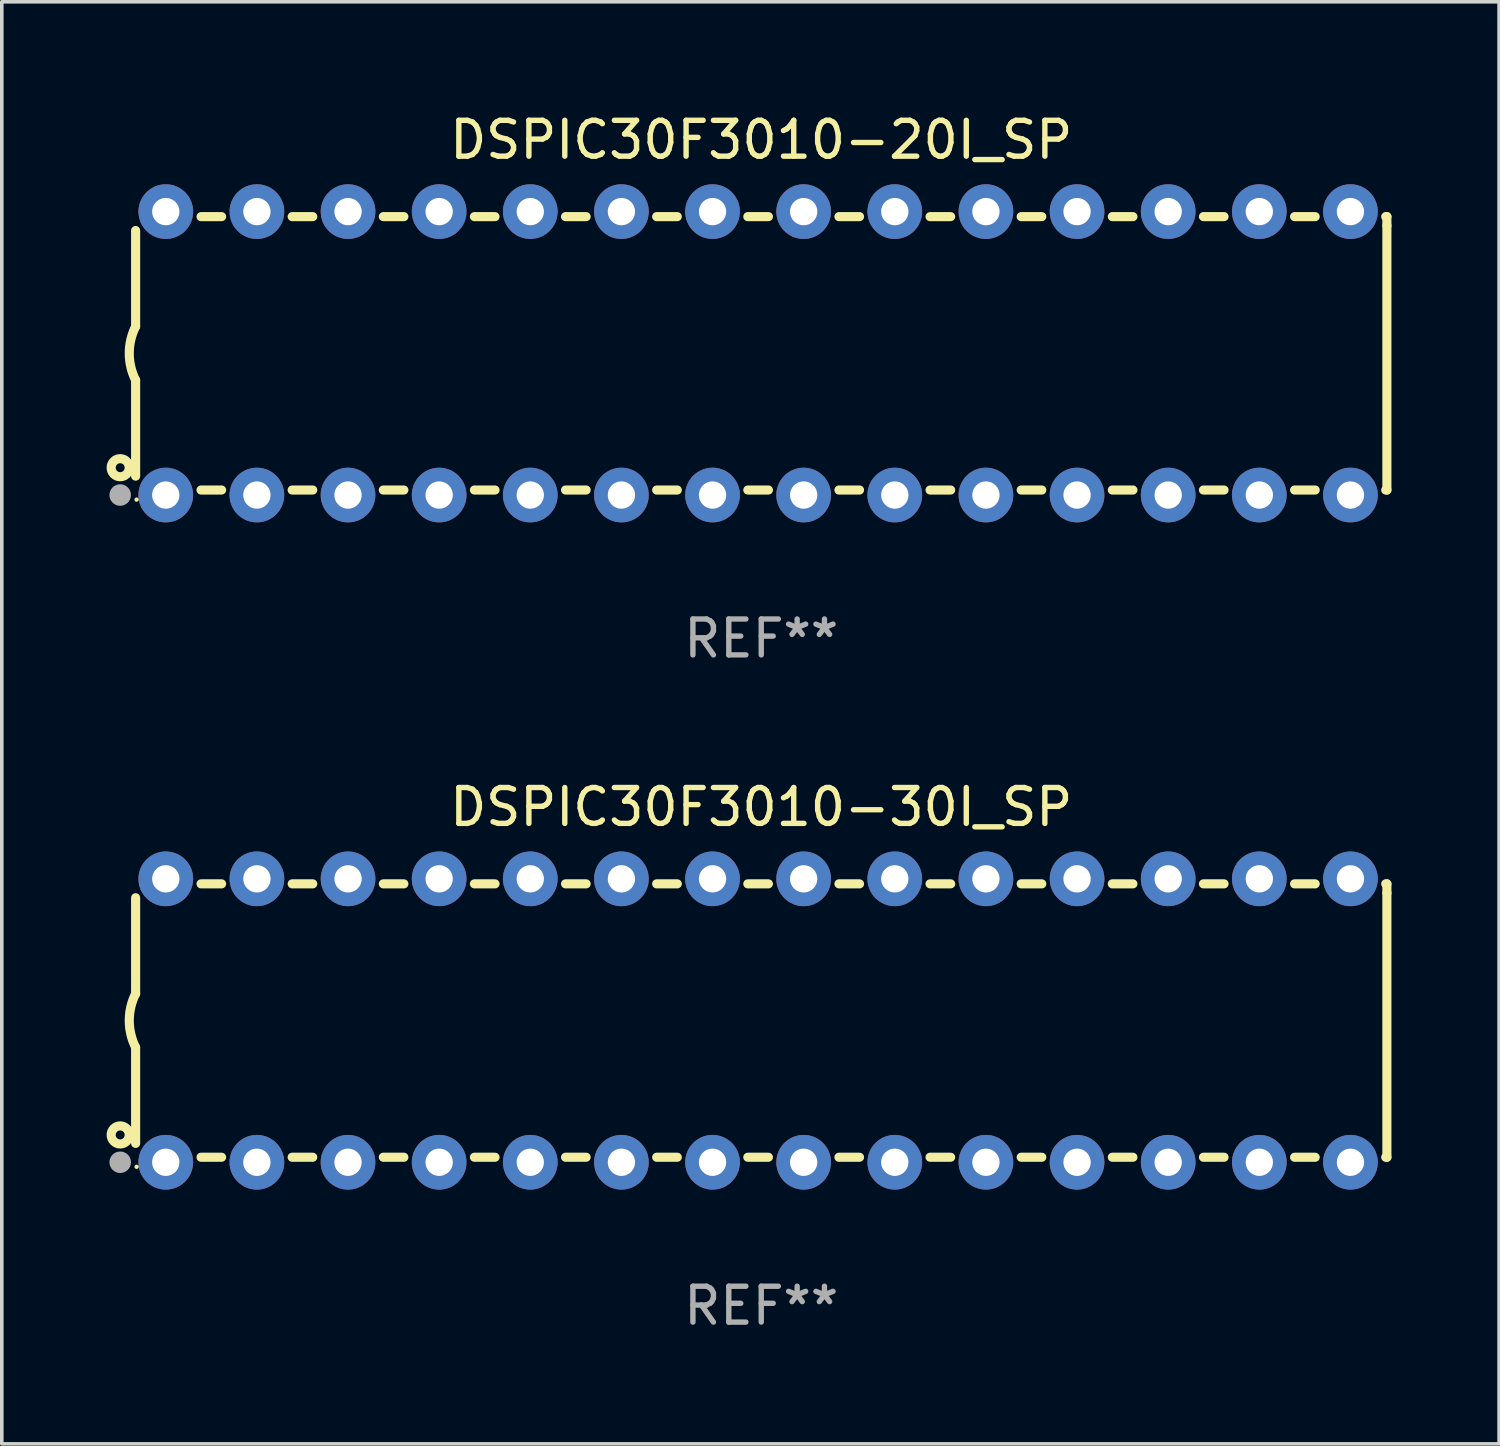
<source format=kicad_pcb>
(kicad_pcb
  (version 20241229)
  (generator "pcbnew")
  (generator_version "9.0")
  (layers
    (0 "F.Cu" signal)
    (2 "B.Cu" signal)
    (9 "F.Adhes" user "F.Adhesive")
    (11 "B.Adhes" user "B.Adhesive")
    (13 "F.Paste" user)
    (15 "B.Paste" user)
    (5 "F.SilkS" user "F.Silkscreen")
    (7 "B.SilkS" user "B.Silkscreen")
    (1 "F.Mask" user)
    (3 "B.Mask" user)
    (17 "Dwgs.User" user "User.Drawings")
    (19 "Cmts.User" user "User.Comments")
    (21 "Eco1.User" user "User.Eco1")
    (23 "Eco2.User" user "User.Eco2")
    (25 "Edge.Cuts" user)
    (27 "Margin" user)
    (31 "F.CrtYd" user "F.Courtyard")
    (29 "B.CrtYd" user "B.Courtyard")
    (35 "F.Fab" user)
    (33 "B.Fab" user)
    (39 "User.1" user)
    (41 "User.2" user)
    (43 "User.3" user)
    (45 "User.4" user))
  (footprint "DSPIC30F3010-20I_SP"
    (layer "F.Cu")
    (at 18.168 6.798)
    (property "Reference" "DSPIC30F3010-20I_SP" (at 0 -5.95 0) (layer "F.SilkS") (effects (font (size 1 1) (thickness 0.15))))
    (attr through_hole)
    (fp_line (start -17.438 0.75) (end -17.438 3.423) (stroke (width 0.254) (type solid)) (layer "F.SilkS"))
    (fp_line (start -17.438 -3.423) (end -17.438 -0.75) (stroke (width 0.254) (type solid)) (layer "F.SilkS"))
    (fp_line (start -15.615 3.81) (end -15.041 3.81) (stroke (width 0.254) (type solid)) (layer "F.SilkS"))
    (fp_line (start -15.041 -3.81) (end -15.614 -3.81) (stroke (width 0.254) (type solid)) (layer "F.SilkS"))
    (fp_line (start -13.075 3.81) (end -12.501 3.81) (stroke (width 0.254) (type solid)) (layer "F.SilkS"))
    (fp_line (start -12.501 -3.81) (end -13.074 -3.81) (stroke (width 0.254) (type solid)) (layer "F.SilkS"))
    (fp_line (start -10.535 3.81) (end -9.961 3.81) (stroke (width 0.254) (type solid)) (layer "F.SilkS"))
    (fp_line (start -9.961 -3.81) (end -10.534 -3.81) (stroke (width 0.254) (type solid)) (layer "F.SilkS"))
    (fp_line (start -7.995 3.81) (end -7.421 3.81) (stroke (width 0.254) (type solid)) (layer "F.SilkS"))
    (fp_line (start -7.421 -3.81) (end -7.995 -3.81) (stroke (width 0.254) (type solid)) (layer "F.SilkS"))
    (fp_line (start -5.455 3.81) (end -4.881 3.81) (stroke (width 0.254) (type solid)) (layer "F.SilkS"))
    (fp_line (start -4.881 -3.81) (end -5.455 -3.81) (stroke (width 0.254) (type solid)) (layer "F.SilkS"))
    (fp_line (start -2.915 3.81) (end -2.341 3.81) (stroke (width 0.254) (type solid)) (layer "F.SilkS"))
    (fp_line (start -2.341 -3.81) (end -2.915 -3.81) (stroke (width 0.254) (type solid)) (layer "F.SilkS"))
    (fp_line (start -0.375 3.81) (end 0.199 3.81) (stroke (width 0.254) (type solid)) (layer "F.SilkS"))
    (fp_line (start 0.199 -3.81) (end -0.375 -3.81) (stroke (width 0.254) (type solid)) (layer "F.SilkS"))
    (fp_line (start 2.165 3.81) (end 2.739 3.81) (stroke (width 0.254) (type solid)) (layer "F.SilkS"))
    (fp_line (start 2.739 -3.81) (end 2.165 -3.81) (stroke (width 0.254) (type solid)) (layer "F.SilkS"))
    (fp_line (start 4.705 3.81) (end 5.279 3.81) (stroke (width 0.254) (type solid)) (layer "F.SilkS"))
    (fp_line (start 5.279 -3.81) (end 4.705 -3.81) (stroke (width 0.254) (type solid)) (layer "F.SilkS"))
    (fp_line (start 7.245 3.81) (end 7.819 3.81) (stroke (width 0.254) (type solid)) (layer "F.SilkS"))
    (fp_line (start 7.819 -3.81) (end 7.245 -3.81) (stroke (width 0.254) (type solid)) (layer "F.SilkS"))
    (fp_line (start 9.785 3.81) (end 10.359 3.81) (stroke (width 0.254) (type solid)) (layer "F.SilkS"))
    (fp_line (start 10.359 -3.81) (end 9.785 -3.81) (stroke (width 0.254) (type solid)) (layer "F.SilkS"))
    (fp_line (start 12.325 3.81) (end 12.899 3.81) (stroke (width 0.254) (type solid)) (layer "F.SilkS"))
    (fp_line (start 12.899 -3.81) (end 12.325 -3.81) (stroke (width 0.254) (type solid)) (layer "F.SilkS"))
    (fp_line (start 14.865 3.81) (end 15.439 3.81) (stroke (width 0.254) (type solid)) (layer "F.SilkS"))
    (fp_line (start 15.439 -3.81) (end 14.865 -3.81) (stroke (width 0.254) (type solid)) (layer "F.SilkS"))
    (fp_line (start 17.405 3.81) (end 17.438 3.81) (stroke (width 0.254) (type solid)) (layer "F.SilkS"))
    (fp_line (start 17.438 -3.81) (end 17.405 -3.81) (stroke (width 0.254) (type solid)) (layer "F.SilkS"))
    (fp_line (start 17.438 -3.556) (end 17.438 -3.81) (stroke (width 0.254) (type solid)) (layer "F.SilkS"))
    (fp_line (start 17.438 3.81) (end 17.438 -3.556) (stroke (width 0.254) (type solid)) (layer "F.SilkS"))
    (fp_arc (start -17.437986 0.749657) (mid -17.614887 -0.000024) (end -17.437783 -0.749657) (stroke (width 0.254001) (type solid)) (layer "F.SilkS"))
    (fp_circle (center -17.868 3.188) (end -17.743 3.188) (stroke (width 0.254) (type solid)) (fill no) (layer "F.SilkS"))
    (fp_circle (center -17.411 4.077) (end -17.381 4.077) (stroke (width 0.06) (type solid)) (fill no) (layer "F.SilkS"))
    (fp_circle (center -17.868 3.95) (end -17.718 3.95) (stroke (width 0.3) (type solid)) (fill no) (layer "F.Fab"))
    (fp_text user "REF**" (at 0 7.95 0) (layer "F.Fab") (effects (font (size 1 1) (thickness 0.15))))
    (pad "1" thru_hole circle (at -16.598 3.95) (size 1.524 1.524) (drill 0.762) (layers "*.Cu" "*.Mask"))
    (pad "2" thru_hole circle (at -14.058 3.95) (size 1.524 1.524) (drill 0.762) (layers "*.Cu" "*.Mask"))
    (pad "3" thru_hole circle (at -11.518 3.95) (size 1.524 1.524) (drill 0.762) (layers "*.Cu" "*.Mask"))
    (pad "4" thru_hole circle (at -8.978 3.95) (size 1.524 1.524) (drill 0.762) (layers "*.Cu" "*.Mask"))
    (pad "5" thru_hole circle (at -6.438 3.95) (size 1.524 1.524) (drill 0.762) (layers "*.Cu" "*.Mask"))
    (pad "6" thru_hole circle (at -3.898 3.95) (size 1.524 1.524) (drill 0.762) (layers "*.Cu" "*.Mask"))
    (pad "7" thru_hole circle (at -1.358 3.95) (size 1.524 1.524) (drill 0.762) (layers "*.Cu" "*.Mask"))
    (pad "8" thru_hole circle (at 1.182 3.95) (size 1.524 1.524) (drill 0.762) (layers "*.Cu" "*.Mask"))
    (pad "9" thru_hole circle (at 3.722 3.95) (size 1.524 1.524) (drill 0.762) (layers "*.Cu" "*.Mask"))
    (pad "10" thru_hole circle (at 6.262 3.95) (size 1.524 1.524) (drill 0.762) (layers "*.Cu" "*.Mask"))
    (pad "11" thru_hole circle (at 8.802 3.95) (size 1.524 1.524) (drill 0.762) (layers "*.Cu" "*.Mask"))
    (pad "12" thru_hole circle (at 11.342 3.95) (size 1.524 1.524) (drill 0.762) (layers "*.Cu" "*.Mask"))
    (pad "13" thru_hole circle (at 13.882 3.95) (size 1.524 1.524) (drill 0.762) (layers "*.Cu" "*.Mask"))
    (pad "14" thru_hole circle (at 16.422 3.95) (size 1.524 1.524) (drill 0.762) (layers "*.Cu" "*.Mask"))
    (pad "15" thru_hole circle (at 16.422 -3.95) (size 1.524 1.524) (drill 0.762) (layers "*.Cu" "*.Mask"))
    (pad "16" thru_hole circle (at 13.882 -3.95) (size 1.524 1.524) (drill 0.762) (layers "*.Cu" "*.Mask"))
    (pad "17" thru_hole circle (at 11.342 -3.95) (size 1.524 1.524) (drill 0.762) (layers "*.Cu" "*.Mask"))
    (pad "18" thru_hole circle (at 8.802 -3.95) (size 1.524 1.524) (drill 0.762) (layers "*.Cu" "*.Mask"))
    (pad "19" thru_hole circle (at 6.262 -3.95) (size 1.524 1.524) (drill 0.762) (layers "*.Cu" "*.Mask"))
    (pad "20" thru_hole circle (at 3.722 -3.95) (size 1.524 1.524) (drill 0.762) (layers "*.Cu" "*.Mask"))
    (pad "21" thru_hole circle (at 1.182 -3.95) (size 1.524 1.524) (drill 0.762) (layers "*.Cu" "*.Mask"))
    (pad "22" thru_hole circle (at -1.358 -3.95) (size 1.524 1.524) (drill 0.762) (layers "*.Cu" "*.Mask"))
    (pad "23" thru_hole circle (at -3.898 -3.95) (size 1.524 1.524) (drill 0.762) (layers "*.Cu" "*.Mask"))
    (pad "24" thru_hole circle (at -6.438 -3.95) (size 1.524 1.524) (drill 0.762) (layers "*.Cu" "*.Mask"))
    (pad "25" thru_hole circle (at -8.978 -3.95) (size 1.524 1.524) (drill 0.762) (layers "*.Cu" "*.Mask"))
    (pad "26" thru_hole circle (at -11.517 -3.95) (size 1.524 1.524) (drill 0.762) (layers "*.Cu" "*.Mask"))
    (pad "27" thru_hole circle (at -14.057 -3.95) (size 1.524 1.524) (drill 0.762) (layers "*.Cu" "*.Mask"))
    (pad "28" thru_hole circle (at -16.597 -3.95) (size 1.524 1.524) (drill 0.762) (layers "*.Cu" "*.Mask")))
  (footprint "DSPIC30F3010-30I_SP"
    (layer "F.Cu")
    (at 18.168 25.395)
    (property "Reference" "DSPIC30F3010-30I_SP" (at 0 -5.95 0) (layer "F.SilkS") (effects (font (size 1 1) (thickness 0.15))))
    (attr through_hole)
    (fp_line (start -17.438 0.75) (end -17.438 3.423) (stroke (width 0.254) (type solid)) (layer "F.SilkS"))
    (fp_line (start -17.438 -3.423) (end -17.438 -0.75) (stroke (width 0.254) (type solid)) (layer "F.SilkS"))
    (fp_line (start -15.615 3.81) (end -15.041 3.81) (stroke (width 0.254) (type solid)) (layer "F.SilkS"))
    (fp_line (start -15.041 -3.81) (end -15.614 -3.81) (stroke (width 0.254) (type solid)) (layer "F.SilkS"))
    (fp_line (start -13.075 3.81) (end -12.501 3.81) (stroke (width 0.254) (type solid)) (layer "F.SilkS"))
    (fp_line (start -12.501 -3.81) (end -13.074 -3.81) (stroke (width 0.254) (type solid)) (layer "F.SilkS"))
    (fp_line (start -10.535 3.81) (end -9.961 3.81) (stroke (width 0.254) (type solid)) (layer "F.SilkS"))
    (fp_line (start -9.961 -3.81) (end -10.534 -3.81) (stroke (width 0.254) (type solid)) (layer "F.SilkS"))
    (fp_line (start -7.995 3.81) (end -7.421 3.81) (stroke (width 0.254) (type solid)) (layer "F.SilkS"))
    (fp_line (start -7.421 -3.81) (end -7.995 -3.81) (stroke (width 0.254) (type solid)) (layer "F.SilkS"))
    (fp_line (start -5.455 3.81) (end -4.881 3.81) (stroke (width 0.254) (type solid)) (layer "F.SilkS"))
    (fp_line (start -4.881 -3.81) (end -5.455 -3.81) (stroke (width 0.254) (type solid)) (layer "F.SilkS"))
    (fp_line (start -2.915 3.81) (end -2.341 3.81) (stroke (width 0.254) (type solid)) (layer "F.SilkS"))
    (fp_line (start -2.341 -3.81) (end -2.915 -3.81) (stroke (width 0.254) (type solid)) (layer "F.SilkS"))
    (fp_line (start -0.375 3.81) (end 0.199 3.81) (stroke (width 0.254) (type solid)) (layer "F.SilkS"))
    (fp_line (start 0.199 -3.81) (end -0.375 -3.81) (stroke (width 0.254) (type solid)) (layer "F.SilkS"))
    (fp_line (start 2.165 3.81) (end 2.739 3.81) (stroke (width 0.254) (type solid)) (layer "F.SilkS"))
    (fp_line (start 2.739 -3.81) (end 2.165 -3.81) (stroke (width 0.254) (type solid)) (layer "F.SilkS"))
    (fp_line (start 4.705 3.81) (end 5.279 3.81) (stroke (width 0.254) (type solid)) (layer "F.SilkS"))
    (fp_line (start 5.279 -3.81) (end 4.705 -3.81) (stroke (width 0.254) (type solid)) (layer "F.SilkS"))
    (fp_line (start 7.245 3.81) (end 7.819 3.81) (stroke (width 0.254) (type solid)) (layer "F.SilkS"))
    (fp_line (start 7.819 -3.81) (end 7.245 -3.81) (stroke (width 0.254) (type solid)) (layer "F.SilkS"))
    (fp_line (start 9.785 3.81) (end 10.359 3.81) (stroke (width 0.254) (type solid)) (layer "F.SilkS"))
    (fp_line (start 10.359 -3.81) (end 9.785 -3.81) (stroke (width 0.254) (type solid)) (layer "F.SilkS"))
    (fp_line (start 12.325 3.81) (end 12.899 3.81) (stroke (width 0.254) (type solid)) (layer "F.SilkS"))
    (fp_line (start 12.899 -3.81) (end 12.325 -3.81) (stroke (width 0.254) (type solid)) (layer "F.SilkS"))
    (fp_line (start 14.865 3.81) (end 15.439 3.81) (stroke (width 0.254) (type solid)) (layer "F.SilkS"))
    (fp_line (start 15.439 -3.81) (end 14.865 -3.81) (stroke (width 0.254) (type solid)) (layer "F.SilkS"))
    (fp_line (start 17.405 3.81) (end 17.438 3.81) (stroke (width 0.254) (type solid)) (layer "F.SilkS"))
    (fp_line (start 17.438 -3.81) (end 17.405 -3.81) (stroke (width 0.254) (type solid)) (layer "F.SilkS"))
    (fp_line (start 17.438 -3.556) (end 17.438 -3.81) (stroke (width 0.254) (type solid)) (layer "F.SilkS"))
    (fp_line (start 17.438 3.81) (end 17.438 -3.556) (stroke (width 0.254) (type solid)) (layer "F.SilkS"))
    (fp_arc (start -17.437986 0.749657) (mid -17.614887 -0.000024) (end -17.437783 -0.749657) (stroke (width 0.254001) (type solid)) (layer "F.SilkS"))
    (fp_circle (center -17.868 3.188) (end -17.743 3.188) (stroke (width 0.254) (type solid)) (fill no) (layer "F.SilkS"))
    (fp_circle (center -17.411 4.077) (end -17.381 4.077) (stroke (width 0.06) (type solid)) (fill no) (layer "F.SilkS"))
    (fp_circle (center -17.868 3.95) (end -17.718 3.95) (stroke (width 0.3) (type solid)) (fill no) (layer "F.Fab"))
    (fp_text user "REF**" (at 0 7.95 0) (layer "F.Fab") (effects (font (size 1 1) (thickness 0.15))))
    (pad "1" thru_hole circle (at -16.598 3.95) (size 1.524 1.524) (drill 0.762) (layers "*.Cu" "*.Mask"))
    (pad "2" thru_hole circle (at -14.058 3.95) (size 1.524 1.524) (drill 0.762) (layers "*.Cu" "*.Mask"))
    (pad "3" thru_hole circle (at -11.518 3.95) (size 1.524 1.524) (drill 0.762) (layers "*.Cu" "*.Mask"))
    (pad "4" thru_hole circle (at -8.978 3.95) (size 1.524 1.524) (drill 0.762) (layers "*.Cu" "*.Mask"))
    (pad "5" thru_hole circle (at -6.438 3.95) (size 1.524 1.524) (drill 0.762) (layers "*.Cu" "*.Mask"))
    (pad "6" thru_hole circle (at -3.898 3.95) (size 1.524 1.524) (drill 0.762) (layers "*.Cu" "*.Mask"))
    (pad "7" thru_hole circle (at -1.358 3.95) (size 1.524 1.524) (drill 0.762) (layers "*.Cu" "*.Mask"))
    (pad "8" thru_hole circle (at 1.182 3.95) (size 1.524 1.524) (drill 0.762) (layers "*.Cu" "*.Mask"))
    (pad "9" thru_hole circle (at 3.722 3.95) (size 1.524 1.524) (drill 0.762) (layers "*.Cu" "*.Mask"))
    (pad "10" thru_hole circle (at 6.262 3.95) (size 1.524 1.524) (drill 0.762) (layers "*.Cu" "*.Mask"))
    (pad "11" thru_hole circle (at 8.802 3.95) (size 1.524 1.524) (drill 0.762) (layers "*.Cu" "*.Mask"))
    (pad "12" thru_hole circle (at 11.342 3.95) (size 1.524 1.524) (drill 0.762) (layers "*.Cu" "*.Mask"))
    (pad "13" thru_hole circle (at 13.882 3.95) (size 1.524 1.524) (drill 0.762) (layers "*.Cu" "*.Mask"))
    (pad "14" thru_hole circle (at 16.422 3.95) (size 1.524 1.524) (drill 0.762) (layers "*.Cu" "*.Mask"))
    (pad "15" thru_hole circle (at 16.422 -3.95) (size 1.524 1.524) (drill 0.762) (layers "*.Cu" "*.Mask"))
    (pad "16" thru_hole circle (at 13.882 -3.95) (size 1.524 1.524) (drill 0.762) (layers "*.Cu" "*.Mask"))
    (pad "17" thru_hole circle (at 11.342 -3.95) (size 1.524 1.524) (drill 0.762) (layers "*.Cu" "*.Mask"))
    (pad "18" thru_hole circle (at 8.802 -3.95) (size 1.524 1.524) (drill 0.762) (layers "*.Cu" "*.Mask"))
    (pad "19" thru_hole circle (at 6.262 -3.95) (size 1.524 1.524) (drill 0.762) (layers "*.Cu" "*.Mask"))
    (pad "20" thru_hole circle (at 3.722 -3.95) (size 1.524 1.524) (drill 0.762) (layers "*.Cu" "*.Mask"))
    (pad "21" thru_hole circle (at 1.182 -3.95) (size 1.524 1.524) (drill 0.762) (layers "*.Cu" "*.Mask"))
    (pad "22" thru_hole circle (at -1.358 -3.95) (size 1.524 1.524) (drill 0.762) (layers "*.Cu" "*.Mask"))
    (pad "23" thru_hole circle (at -3.898 -3.95) (size 1.524 1.524) (drill 0.762) (layers "*.Cu" "*.Mask"))
    (pad "24" thru_hole circle (at -6.438 -3.95) (size 1.524 1.524) (drill 0.762) (layers "*.Cu" "*.Mask"))
    (pad "25" thru_hole circle (at -8.978 -3.95) (size 1.524 1.524) (drill 0.762) (layers "*.Cu" "*.Mask"))
    (pad "26" thru_hole circle (at -11.517 -3.95) (size 1.524 1.524) (drill 0.762) (layers "*.Cu" "*.Mask"))
    (pad "27" thru_hole circle (at -14.057 -3.95) (size 1.524 1.524) (drill 0.762) (layers "*.Cu" "*.Mask"))
    (pad "28" thru_hole circle (at -16.597 -3.95) (size 1.524 1.524) (drill 0.762) (layers "*.Cu" "*.Mask")))
  (gr_rect
    (start -3 -3)
    (end 38.733 37.193)
    (stroke (width 0.1) (type default))
    (fill no)
    (layer "Edge.Cuts")))
</source>
